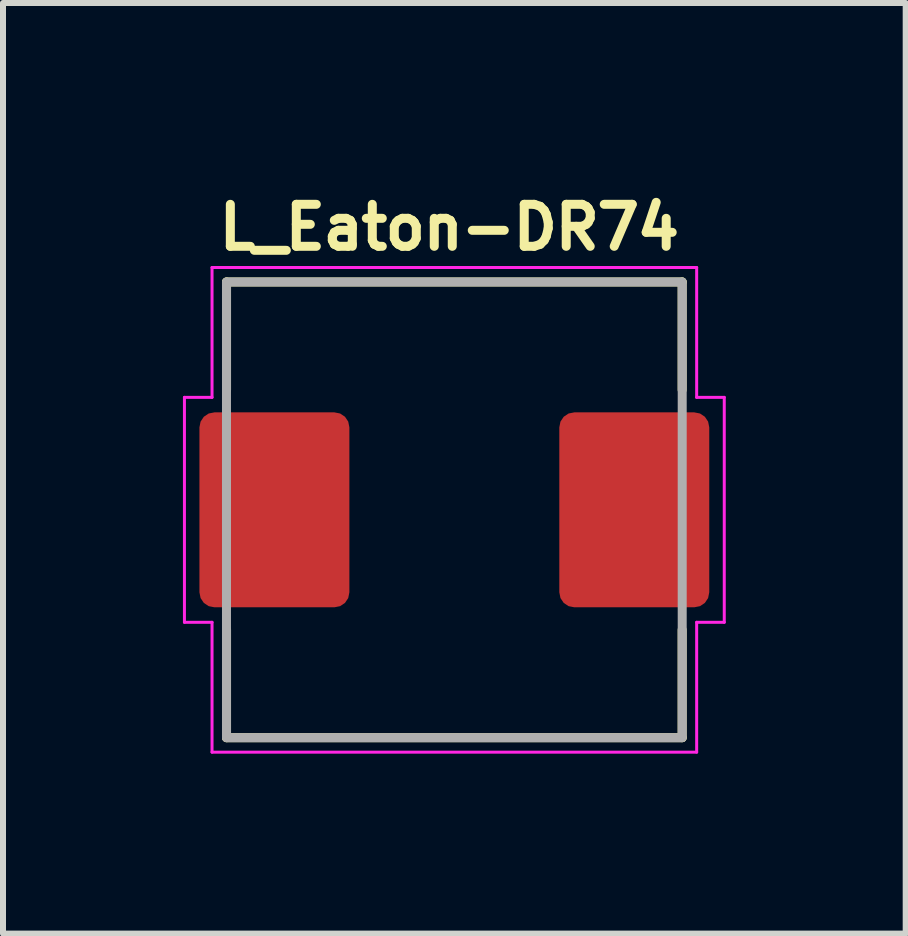
<source format=kicad_pcb>
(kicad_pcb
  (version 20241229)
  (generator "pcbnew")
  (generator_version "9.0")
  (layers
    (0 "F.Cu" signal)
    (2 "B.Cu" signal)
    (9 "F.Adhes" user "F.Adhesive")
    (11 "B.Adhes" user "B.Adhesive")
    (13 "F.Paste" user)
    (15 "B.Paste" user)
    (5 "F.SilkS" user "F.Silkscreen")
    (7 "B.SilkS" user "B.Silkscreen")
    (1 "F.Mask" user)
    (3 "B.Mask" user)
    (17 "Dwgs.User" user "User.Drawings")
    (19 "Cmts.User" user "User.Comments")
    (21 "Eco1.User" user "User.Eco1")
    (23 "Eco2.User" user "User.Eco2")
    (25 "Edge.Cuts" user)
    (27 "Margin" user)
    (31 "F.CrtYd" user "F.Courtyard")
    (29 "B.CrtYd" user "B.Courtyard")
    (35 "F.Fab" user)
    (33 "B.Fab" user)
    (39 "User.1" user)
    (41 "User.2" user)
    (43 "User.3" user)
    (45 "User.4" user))
  (footprint "L_Eaton-DR74"
    (layer "F.Cu")
    (at 4.525 5.45)
    (property "Reference" "L_Eaton-DR74" (at -4 -4.3 0) (layer "F.SilkS") (effects (font (size 0.7 0.7) (thickness 0.15)) (justify left bottom)))
    (attr smd)
    (fp_line (start -3.798 -3.799) (end 3.798 -3.799) (stroke (width 0.15) (type solid)) (layer "F.SilkS"))
    (fp_line (start -3.798 -2) (end -3.798 -3.799) (stroke (width 0.15) (type solid)) (layer "F.SilkS"))
    (fp_line (start -3.798 3.799) (end -3.798 2) (stroke (width 0.15) (type solid)) (layer "F.SilkS"))
    (fp_line (start -3.798 3.799) (end 3.798 3.799) (stroke (width 0.15) (type solid)) (layer "F.SilkS"))
    (fp_line (start 3.798 -2) (end 3.798 -3.799) (stroke (width 0.15) (type solid)) (layer "F.SilkS"))
    (fp_line (start 3.798 3.799) (end 3.798 2) (stroke (width 0.15) (type solid)) (layer "F.SilkS"))
    (fp_line (start -4.5 1.875) (end -4.5 -1.875) (stroke (width 0.05) (type solid)) (layer "F.CrtYd"))
    (fp_line (start -4.04 -4.04) (end -4.04 -1.875) (stroke (width 0.05) (type solid)) (layer "F.CrtYd"))
    (fp_line (start -4.04 -4.04) (end 4.04 -4.04) (stroke (width 0.05) (type solid)) (layer "F.CrtYd"))
    (fp_line (start -4.04 -1.875) (end -4.5 -1.875) (stroke (width 0.05) (type solid)) (layer "F.CrtYd"))
    (fp_line (start -4.04 1.875) (end -4.5 1.875) (stroke (width 0.05) (type solid)) (layer "F.CrtYd"))
    (fp_line (start -4.04 1.875) (end -4.04 4.04) (stroke (width 0.05) (type solid)) (layer "F.CrtYd"))
    (fp_line (start 4.04 -1.875) (end 4.04 -4.04) (stroke (width 0.05) (type solid)) (layer "F.CrtYd"))
    (fp_line (start 4.04 -1.875) (end 4.5 -1.875) (stroke (width 0.05) (type solid)) (layer "F.CrtYd"))
    (fp_line (start 4.04 1.875) (end 4.5 1.875) (stroke (width 0.05) (type solid)) (layer "F.CrtYd"))
    (fp_line (start 4.04 4.04) (end -4.04 4.04) (stroke (width 0.05) (type solid)) (layer "F.CrtYd"))
    (fp_line (start 4.04 4.04) (end 4.04 1.875) (stroke (width 0.05) (type solid)) (layer "F.CrtYd"))
    (fp_line (start 4.5 -1.875) (end 4.5 1.875) (stroke (width 0.05) (type solid)) (layer "F.CrtYd"))
    (fp_rect (start -3.799 -3.799) (end 3.799 3.799) (stroke (width 0.15) (type solid)) (fill no) (layer "F.Fab"))
    (fp_rect (start -3.799 -3.799) (end 3.799 3.799) (stroke (width 0.1) (type solid)) (fill no) (layer "User.5"))
    (fp_line (start -3.799 -3.71) (end -3.798 -3.715) (stroke (width 0.02) (type solid)) (layer "User.9"))
    (fp_line (start -3.799 -3.705) (end -3.799 -3.71) (stroke (width 0.02) (type solid)) (layer "User.9"))
    (fp_line (start -3.799 -3.7) (end -3.799 -3.705) (stroke (width 0.02) (type solid)) (layer "User.9"))
    (fp_line (start -3.799 3.7) (end -3.799 -3.7) (stroke (width 0.02) (type solid)) (layer "User.9"))
    (fp_line (start -3.799 3.705) (end -3.799 3.7) (stroke (width 0.02) (type solid)) (layer "User.9"))
    (fp_line (start -3.799 3.71) (end -3.799 3.705) (stroke (width 0.02) (type solid)) (layer "User.9"))
    (fp_line (start -3.798 -3.715) (end -3.797 -3.72) (stroke (width 0.02) (type solid)) (layer "User.9"))
    (fp_line (start -3.798 3.715) (end -3.799 3.71) (stroke (width 0.02) (type solid)) (layer "User.9"))
    (fp_line (start -3.797 -3.72) (end -3.796 -3.724) (stroke (width 0.02) (type solid)) (layer "User.9"))
    (fp_line (start -3.797 3.72) (end -3.798 3.715) (stroke (width 0.02) (type solid)) (layer "User.9"))
    (fp_line (start -3.796 -3.724) (end -3.795 -3.729) (stroke (width 0.02) (type solid)) (layer "User.9"))
    (fp_line (start -3.796 3.724) (end -3.797 3.72) (stroke (width 0.02) (type solid)) (layer "User.9"))
    (fp_line (start -3.795 -3.729) (end -3.793 -3.734) (stroke (width 0.02) (type solid)) (layer "User.9"))
    (fp_line (start -3.795 3.729) (end -3.796 3.724) (stroke (width 0.02) (type solid)) (layer "User.9"))
    (fp_line (start -3.793 -3.734) (end -3.792 -3.738) (stroke (width 0.02) (type solid)) (layer "User.9"))
    (fp_line (start -3.793 3.734) (end -3.795 3.729) (stroke (width 0.02) (type solid)) (layer "User.9"))
    (fp_line (start -3.792 -3.738) (end -3.79 -3.743) (stroke (width 0.02) (type solid)) (layer "User.9"))
    (fp_line (start -3.792 3.738) (end -3.793 3.734) (stroke (width 0.02) (type solid)) (layer "User.9"))
    (fp_line (start -3.79 -3.743) (end -3.787 -3.747) (stroke (width 0.02) (type solid)) (layer "User.9"))
    (fp_line (start -3.79 3.743) (end -3.792 3.738) (stroke (width 0.02) (type solid)) (layer "User.9"))
    (fp_line (start -3.787 -3.747) (end -3.785 -3.751) (stroke (width 0.02) (type solid)) (layer "User.9"))
    (fp_line (start -3.787 3.747) (end -3.79 3.743) (stroke (width 0.02) (type solid)) (layer "User.9"))
    (fp_line (start -3.785 -3.751) (end -3.782 -3.755) (stroke (width 0.02) (type solid)) (layer "User.9"))
    (fp_line (start -3.785 3.751) (end -3.787 3.747) (stroke (width 0.02) (type solid)) (layer "User.9"))
    (fp_line (start -3.782 -3.755) (end -3.78 -3.759) (stroke (width 0.02) (type solid)) (layer "User.9"))
    (fp_line (start -3.782 3.755) (end -3.785 3.751) (stroke (width 0.02) (type solid)) (layer "User.9"))
    (fp_line (start -3.78 -3.759) (end -3.777 -3.763) (stroke (width 0.02) (type solid)) (layer "User.9"))
    (fp_line (start -3.78 3.759) (end -3.782 3.755) (stroke (width 0.02) (type solid)) (layer "User.9"))
    (fp_line (start -3.777 -3.763) (end -3.774 -3.767) (stroke (width 0.02) (type solid)) (layer "User.9"))
    (fp_line (start -3.777 3.763) (end -3.78 3.759) (stroke (width 0.02) (type solid)) (layer "User.9"))
    (fp_line (start -3.774 -3.767) (end -3.77 -3.77) (stroke (width 0.02) (type solid)) (layer "User.9"))
    (fp_line (start -3.774 3.767) (end -3.777 3.763) (stroke (width 0.02) (type solid)) (layer "User.9"))
    (fp_line (start -3.77 -3.77) (end -3.767 -3.774) (stroke (width 0.02) (type solid)) (layer "User.9"))
    (fp_line (start -3.77 3.77) (end -3.774 3.767) (stroke (width 0.02) (type solid)) (layer "User.9"))
    (fp_line (start -3.767 -3.774) (end -3.763 -3.777) (stroke (width 0.02) (type solid)) (layer "User.9"))
    (fp_line (start -3.767 3.774) (end -3.77 3.77) (stroke (width 0.02) (type solid)) (layer "User.9"))
    (fp_line (start -3.763 -3.777) (end -3.759 -3.78) (stroke (width 0.02) (type solid)) (layer "User.9"))
    (fp_line (start -3.763 3.777) (end -3.767 3.774) (stroke (width 0.02) (type solid)) (layer "User.9"))
    (fp_line (start -3.759 -3.78) (end -3.755 -3.782) (stroke (width 0.02) (type solid)) (layer "User.9"))
    (fp_line (start -3.759 3.78) (end -3.763 3.777) (stroke (width 0.02) (type solid)) (layer "User.9"))
    (fp_line (start -3.755 -3.782) (end -3.751 -3.785) (stroke (width 0.02) (type solid)) (layer "User.9"))
    (fp_line (start -3.755 3.782) (end -3.759 3.78) (stroke (width 0.02) (type solid)) (layer "User.9"))
    (fp_line (start -3.751 -3.785) (end -3.747 -3.787) (stroke (width 0.02) (type solid)) (layer "User.9"))
    (fp_line (start -3.751 3.785) (end -3.755 3.782) (stroke (width 0.02) (type solid)) (layer "User.9"))
    (fp_line (start -3.747 -3.787) (end -3.743 -3.79) (stroke (width 0.02) (type solid)) (layer "User.9"))
    (fp_line (start -3.747 3.787) (end -3.751 3.785) (stroke (width 0.02) (type solid)) (layer "User.9"))
    (fp_line (start -3.743 -3.79) (end -3.738 -3.792) (stroke (width 0.02) (type solid)) (layer "User.9"))
    (fp_line (start -3.743 3.79) (end -3.747 3.787) (stroke (width 0.02) (type solid)) (layer "User.9"))
    (fp_line (start -3.738 -3.792) (end -3.734 -3.793) (stroke (width 0.02) (type solid)) (layer "User.9"))
    (fp_line (start -3.738 3.792) (end -3.743 3.79) (stroke (width 0.02) (type solid)) (layer "User.9"))
    (fp_line (start -3.734 -3.793) (end -3.729 -3.795) (stroke (width 0.02) (type solid)) (layer "User.9"))
    (fp_line (start -3.734 3.793) (end -3.738 3.792) (stroke (width 0.02) (type solid)) (layer "User.9"))
    (fp_line (start -3.729 -3.795) (end -3.724 -3.796) (stroke (width 0.02) (type solid)) (layer "User.9"))
    (fp_line (start -3.729 3.795) (end -3.734 3.793) (stroke (width 0.02) (type solid)) (layer "User.9"))
    (fp_line (start -3.724 -3.796) (end -3.72 -3.797) (stroke (width 0.02) (type solid)) (layer "User.9"))
    (fp_line (start -3.724 3.796) (end -3.729 3.795) (stroke (width 0.02) (type solid)) (layer "User.9"))
    (fp_line (start -3.72 -3.797) (end -3.715 -3.798) (stroke (width 0.02) (type solid)) (layer "User.9"))
    (fp_line (start -3.72 3.797) (end -3.724 3.796) (stroke (width 0.02) (type solid)) (layer "User.9"))
    (fp_line (start -3.715 -3.798) (end -3.71 -3.799) (stroke (width 0.02) (type solid)) (layer "User.9"))
    (fp_line (start -3.715 3.798) (end -3.72 3.797) (stroke (width 0.02) (type solid)) (layer "User.9"))
    (fp_line (start -3.71 -3.799) (end -3.705 -3.799) (stroke (width 0.02) (type solid)) (layer "User.9"))
    (fp_line (start -3.71 3.799) (end -3.715 3.798) (stroke (width 0.02) (type solid)) (layer "User.9"))
    (fp_line (start -3.705 -3.799) (end -3.7 -3.799) (stroke (width 0.02) (type solid)) (layer "User.9"))
    (fp_line (start -3.705 3.799) (end -3.71 3.799) (stroke (width 0.02) (type solid)) (layer "User.9"))
    (fp_line (start -3.7 -3.799) (end 3.7 -3.799) (stroke (width 0.02) (type solid)) (layer "User.9"))
    (fp_line (start -3.7 3.799) (end -3.705 3.799) (stroke (width 0.02) (type solid)) (layer "User.9"))
    (fp_line (start -2.875 -2.038) (end -2.834 -2.038) (stroke (width 0.02) (type solid)) (layer "User.9"))
    (fp_line (start -2.875 -2.038) (end -2.353 -1.516) (stroke (width 0.02) (type solid)) (layer "User.9"))
    (fp_line (start -2.875 2.038) (end -2.834 2.038) (stroke (width 0.02) (type solid)) (layer "User.9"))
    (fp_line (start -2.875 2.038) (end -2.027 2.886) (stroke (width 0.02) (type solid)) (layer "User.9"))
    (fp_line (start -2.834 -2.038) (end -2.834 -2.038) (stroke (width 0.02) (type solid)) (layer "User.9"))
    (fp_line (start -2.834 -2.038) (end -2.734 -2.038) (stroke (width 0.02) (type solid)) (layer "User.9"))
    (fp_line (start -2.834 2.038) (end -2.834 2.038) (stroke (width 0.02) (type solid)) (layer "User.9"))
    (fp_line (start -2.834 2.038) (end -2.734 2.038) (stroke (width 0.02) (type solid)) (layer "User.9"))
    (fp_line (start -2.8 0) (end -2.793 0.197) (stroke (width 0.02) (type solid)) (layer "User.9"))
    (fp_line (start -2.793 -0.197) (end -2.8 0) (stroke (width 0.02) (type solid)) (layer "User.9"))
    (fp_line (start -2.793 0.197) (end -2.772 0.394) (stroke (width 0.02) (type solid)) (layer "User.9"))
    (fp_line (start -2.772 -0.394) (end -2.793 -0.197) (stroke (width 0.02) (type solid)) (layer "User.9"))
    (fp_line (start -2.772 0.394) (end -2.737 0.589) (stroke (width 0.02) (type solid)) (layer "User.9"))
    (fp_line (start -2.737 -0.589) (end -2.772 -0.394) (stroke (width 0.02) (type solid)) (layer "User.9"))
    (fp_line (start -2.737 0.589) (end -2.688 0.782) (stroke (width 0.02) (type solid)) (layer "User.9"))
    (fp_line (start -2.688 -0.782) (end -2.737 -0.589) (stroke (width 0.02) (type solid)) (layer "User.9"))
    (fp_line (start -2.688 0.782) (end -2.625 0.972) (stroke (width 0.02) (type solid)) (layer "User.9"))
    (fp_line (start -2.625 -0.972) (end -2.688 -0.782) (stroke (width 0.02) (type solid)) (layer "User.9"))
    (fp_line (start -2.625 0.972) (end -2.549 1.158) (stroke (width 0.02) (type solid)) (layer "User.9"))
    (fp_line (start -2.549 -1.158) (end -2.625 -0.972) (stroke (width 0.02) (type solid)) (layer "User.9"))
    (fp_line (start -2.549 1.158) (end -2.458 1.34) (stroke (width 0.02) (type solid)) (layer "User.9"))
    (fp_line (start -2.458 -1.34) (end -2.549 -1.158) (stroke (width 0.02) (type solid)) (layer "User.9"))
    (fp_line (start -2.458 1.34) (end -2.353 1.516) (stroke (width 0.02) (type solid)) (layer "User.9"))
    (fp_line (start -2.353 -1.516) (end -2.458 -1.34) (stroke (width 0.02) (type solid)) (layer "User.9"))
    (fp_line (start -2.353 -1.516) (end -2.31 -1.52) (stroke (width 0.02) (type solid)) (layer "User.9"))
    (fp_line (start -2.353 1.516) (end -2.875 2.038) (stroke (width 0.02) (type solid)) (layer "User.9"))
    (fp_line (start -2.353 1.516) (end -2.31 1.52) (stroke (width 0.02) (type solid)) (layer "User.9"))
    (fp_line (start -2.31 -1.52) (end -2.269 -1.524) (stroke (width 0.02) (type solid)) (layer "User.9"))
    (fp_line (start -2.31 1.52) (end -2.269 1.524) (stroke (width 0.02) (type solid)) (layer "User.9"))
    (fp_line (start -2.269 -1.524) (end -2.225 -1.529) (stroke (width 0.02) (type solid)) (layer "User.9"))
    (fp_line (start -2.269 1.524) (end -2.225 1.529) (stroke (width 0.02) (type solid)) (layer "User.9"))
    (fp_line (start -2.027 -2.886) (end -2.875 -2.038) (stroke (width 0.02) (type solid)) (layer "User.9"))
    (fp_line (start -2.027 -2.886) (end -2.027 -2.845) (stroke (width 0.02) (type solid)) (layer "User.9"))
    (fp_line (start -2.027 -2.845) (end -2.027 -2.845) (stroke (width 0.02) (type solid)) (layer "User.9"))
    (fp_line (start -2.027 -2.845) (end -2.027 -2.745) (stroke (width 0.02) (type solid)) (layer "User.9"))
    (fp_line (start -2.027 2.845) (end -2.027 2.745) (stroke (width 0.02) (type solid)) (layer "User.9"))
    (fp_line (start -2.027 2.845) (end -2.027 2.845) (stroke (width 0.02) (type solid)) (layer "User.9"))
    (fp_line (start -2.027 2.886) (end -2.027 2.845) (stroke (width 0.02) (type solid)) (layer "User.9"))
    (fp_line (start -2.027 2.886) (end -1.503 2.362) (stroke (width 0.02) (type solid)) (layer "User.9"))
    (fp_line (start -1.511 -2.278) (end -1.516 -2.234) (stroke (width 0.02) (type solid)) (layer "User.9"))
    (fp_line (start -1.511 2.278) (end -1.516 2.234) (stroke (width 0.02) (type solid)) (layer "User.9"))
    (fp_line (start -1.507 -2.319) (end -1.511 -2.278) (stroke (width 0.02) (type solid)) (layer "User.9"))
    (fp_line (start -1.507 2.319) (end -1.511 2.278) (stroke (width 0.02) (type solid)) (layer "User.9"))
    (fp_line (start -1.503 -2.362) (end -2.027 -2.886) (stroke (width 0.02) (type solid)) (layer "User.9"))
    (fp_line (start -1.503 -2.362) (end -1.507 -2.319) (stroke (width 0.02) (type solid)) (layer "User.9"))
    (fp_line (start -1.503 2.362) (end -1.507 2.319) (stroke (width 0.02) (type solid)) (layer "User.9"))
    (fp_line (start -1.503 2.362) (end -1.417 2.414) (stroke (width 0.02) (type solid)) (layer "User.9"))
    (fp_line (start -1.417 2.414) (end -1.331 2.463) (stroke (width 0.02) (type solid)) (layer "User.9"))
    (fp_line (start -1.331 2.463) (end -1.243 2.508) (stroke (width 0.02) (type solid)) (layer "User.9"))
    (fp_line (start -1.328 -2.464) (end -1.503 -2.362) (stroke (width 0.02) (type solid)) (layer "User.9"))
    (fp_line (start -1.243 2.508) (end -1.153 2.551) (stroke (width 0.02) (type solid)) (layer "User.9"))
    (fp_line (start -1.153 2.551) (end -1.062 2.59) (stroke (width 0.02) (type solid)) (layer "User.9"))
    (fp_line (start -1.148 -2.553) (end -1.328 -2.464) (stroke (width 0.02) (type solid)) (layer "User.9"))
    (fp_line (start -1.062 2.59) (end -0.97 2.626) (stroke (width 0.02) (type solid)) (layer "User.9"))
    (fp_line (start -0.97 2.626) (end -0.877 2.659) (stroke (width 0.02) (type solid)) (layer "User.9"))
    (fp_line (start -0.963 -2.629) (end -1.148 -2.553) (stroke (width 0.02) (type solid)) (layer "User.9"))
    (fp_line (start -0.877 2.659) (end -0.782 2.688) (stroke (width 0.02) (type solid)) (layer "User.9"))
    (fp_line (start -0.782 2.688) (end -0.687 2.714) (stroke (width 0.02) (type solid)) (layer "User.9"))
    (fp_line (start -0.775 -2.69) (end -0.963 -2.629) (stroke (width 0.02) (type solid)) (layer "User.9"))
    (fp_line (start -0.687 2.714) (end -0.591 2.736) (stroke (width 0.02) (type solid)) (layer "User.9"))
    (fp_line (start -0.591 2.736) (end -0.494 2.756) (stroke (width 0.02) (type solid)) (layer "User.9"))
    (fp_line (start -0.584 -2.738) (end -0.775 -2.69) (stroke (width 0.02) (type solid)) (layer "User.9"))
    (fp_line (start -0.494 2.756) (end -0.396 2.771) (stroke (width 0.02) (type solid)) (layer "User.9"))
    (fp_line (start -0.396 2.771) (end -0.297 2.784) (stroke (width 0.02) (type solid)) (layer "User.9"))
    (fp_line (start -0.39 -2.772) (end -0.584 -2.738) (stroke (width 0.02) (type solid)) (layer "User.9"))
    (fp_line (start -0.297 2.784) (end -0.199 2.792) (stroke (width 0.02) (type solid)) (layer "User.9"))
    (fp_line (start -0.199 2.792) (end -0.099 2.798) (stroke (width 0.02) (type solid)) (layer "User.9"))
    (fp_line (start -0.195 -2.793) (end -0.39 -2.772) (stroke (width 0.02) (type solid)) (layer "User.9"))
    (fp_line (start -0.099 2.798) (end 0 2.799) (stroke (width 0.02) (type solid)) (layer "User.9"))
    (fp_line (start 0 -2.799) (end -0.195 -2.793) (stroke (width 0.02) (type solid)) (layer "User.9"))
    (fp_line (start 0 2.799) (end 0.099 2.798) (stroke (width 0.02) (type solid)) (layer "User.9"))
    (fp_line (start 0.099 2.798) (end 0.199 2.792) (stroke (width 0.02) (type solid)) (layer "User.9"))
    (fp_line (start 0.195 -2.793) (end 0 -2.799) (stroke (width 0.02) (type solid)) (layer "User.9"))
    (fp_line (start 0.199 2.792) (end 0.297 2.784) (stroke (width 0.02) (type solid)) (layer "User.9"))
    (fp_line (start 0.297 2.784) (end 0.396 2.771) (stroke (width 0.02) (type solid)) (layer "User.9"))
    (fp_line (start 0.39 -2.772) (end 0.195 -2.793) (stroke (width 0.02) (type solid)) (layer "User.9"))
    (fp_line (start 0.396 2.771) (end 0.494 2.756) (stroke (width 0.02) (type solid)) (layer "User.9"))
    (fp_line (start 0.494 2.756) (end 0.591 2.736) (stroke (width 0.02) (type solid)) (layer "User.9"))
    (fp_line (start 0.584 -2.738) (end 0.39 -2.772) (stroke (width 0.02) (type solid)) (layer "User.9"))
    (fp_line (start 0.591 2.736) (end 0.687 2.714) (stroke (width 0.02) (type solid)) (layer "User.9"))
    (fp_line (start 0.687 2.714) (end 0.782 2.688) (stroke (width 0.02) (type solid)) (layer "User.9"))
    (fp_line (start 0.775 -2.69) (end 0.584 -2.738) (stroke (width 0.02) (type solid)) (layer "User.9"))
    (fp_line (start 0.782 2.688) (end 0.877 2.659) (stroke (width 0.02) (type solid)) (layer "User.9"))
    (fp_line (start 0.877 2.659) (end 0.97 2.626) (stroke (width 0.02) (type solid)) (layer "User.9"))
    (fp_line (start 0.963 -2.629) (end 0.775 -2.69) (stroke (width 0.02) (type solid)) (layer "User.9"))
    (fp_line (start 0.97 2.626) (end 1.062 2.59) (stroke (width 0.02) (type solid)) (layer "User.9"))
    (fp_line (start 1.062 2.59) (end 1.153 2.551) (stroke (width 0.02) (type solid)) (layer "User.9"))
    (fp_line (start 1.148 -2.553) (end 0.963 -2.629) (stroke (width 0.02) (type solid)) (layer "User.9"))
    (fp_line (start 1.153 2.551) (end 1.243 2.508) (stroke (width 0.02) (type solid)) (layer "User.9"))
    (fp_line (start 1.243 2.508) (end 1.331 2.463) (stroke (width 0.02) (type solid)) (layer "User.9"))
    (fp_line (start 1.328 -2.464) (end 1.148 -2.553) (stroke (width 0.02) (type solid)) (layer "User.9"))
    (fp_line (start 1.331 2.463) (end 1.417 2.414) (stroke (width 0.02) (type solid)) (layer "User.9"))
    (fp_line (start 1.417 2.414) (end 1.503 2.362) (stroke (width 0.02) (type solid)) (layer "User.9"))
    (fp_line (start 1.503 -2.362) (end 1.328 -2.464) (stroke (width 0.02) (type solid)) (layer "User.9"))
    (fp_line (start 1.503 2.362) (end 2.027 2.886) (stroke (width 0.02) (type solid)) (layer "User.9"))
    (fp_line (start 1.507 -2.319) (end 1.503 -2.362) (stroke (width 0.02) (type solid)) (layer "User.9"))
    (fp_line (start 1.507 2.319) (end 1.503 2.362) (stroke (width 0.02) (type solid)) (layer "User.9"))
    (fp_line (start 1.516 -2.234) (end 1.507 -2.319) (stroke (width 0.02) (type solid)) (layer "User.9"))
    (fp_line (start 1.516 2.234) (end 1.507 2.319) (stroke (width 0.02) (type solid)) (layer "User.9"))
    (fp_line (start 2.027 -2.886) (end 1.503 -2.362) (stroke (width 0.02) (type solid)) (layer "User.9"))
    (fp_line (start 2.027 -2.845) (end 2.027 -2.886) (stroke (width 0.02) (type solid)) (layer "User.9"))
    (fp_line (start 2.027 -2.845) (end 2.027 -2.845) (stroke (width 0.02) (type solid)) (layer "User.9"))
    (fp_line (start 2.027 -2.745) (end 2.027 -2.845) (stroke (width 0.02) (type solid)) (layer "User.9"))
    (fp_line (start 2.027 2.745) (end 2.027 2.845) (stroke (width 0.02) (type solid)) (layer "User.9"))
    (fp_line (start 2.027 2.845) (end 2.027 2.845) (stroke (width 0.02) (type solid)) (layer "User.9"))
    (fp_line (start 2.027 2.845) (end 2.027 2.886) (stroke (width 0.02) (type solid)) (layer "User.9"))
    (fp_line (start 2.027 2.886) (end 2.875 2.038) (stroke (width 0.02) (type solid)) (layer "User.9"))
    (fp_line (start 2.225 -1.529) (end 2.31 -1.52) (stroke (width 0.02) (type solid)) (layer "User.9"))
    (fp_line (start 2.225 1.529) (end 2.31 1.52) (stroke (width 0.02) (type solid)) (layer "User.9"))
    (fp_line (start 2.31 -1.52) (end 2.353 -1.516) (stroke (width 0.02) (type solid)) (layer "User.9"))
    (fp_line (start 2.31 1.52) (end 2.353 1.516) (stroke (width 0.02) (type solid)) (layer "User.9"))
    (fp_line (start 2.353 -1.516) (end 2.875 -2.038) (stroke (width 0.02) (type solid)) (layer "User.9"))
    (fp_line (start 2.353 1.516) (end 2.458 1.34) (stroke (width 0.02) (type solid)) (layer "User.9"))
    (fp_line (start 2.458 -1.34) (end 2.353 -1.516) (stroke (width 0.02) (type solid)) (layer "User.9"))
    (fp_line (start 2.458 1.34) (end 2.549 1.158) (stroke (width 0.02) (type solid)) (layer "User.9"))
    (fp_line (start 2.549 -1.158) (end 2.458 -1.34) (stroke (width 0.02) (type solid)) (layer "User.9"))
    (fp_line (start 2.549 1.158) (end 2.625 0.972) (stroke (width 0.02) (type solid)) (layer "User.9"))
    (fp_line (start 2.625 -0.972) (end 2.549 -1.158) (stroke (width 0.02) (type solid)) (layer "User.9"))
    (fp_line (start 2.625 0.972) (end 2.688 0.782) (stroke (width 0.02) (type solid)) (layer "User.9"))
    (fp_line (start 2.688 -0.782) (end 2.625 -0.972) (stroke (width 0.02) (type solid)) (layer "User.9"))
    (fp_line (start 2.688 0.782) (end 2.737 0.589) (stroke (width 0.02) (type solid)) (layer "User.9"))
    (fp_line (start 2.734 -2.038) (end 2.834 -2.038) (stroke (width 0.02) (type solid)) (layer "User.9"))
    (fp_line (start 2.734 2.038) (end 2.834 2.038) (stroke (width 0.02) (type solid)) (layer "User.9"))
    (fp_line (start 2.737 -0.589) (end 2.688 -0.782) (stroke (width 0.02) (type solid)) (layer "User.9"))
    (fp_line (start 2.737 0.589) (end 2.772 0.394) (stroke (width 0.02) (type solid)) (layer "User.9"))
    (fp_line (start 2.772 -0.394) (end 2.737 -0.589) (stroke (width 0.02) (type solid)) (layer "User.9"))
    (fp_line (start 2.772 0.394) (end 2.793 0.197) (stroke (width 0.02) (type solid)) (layer "User.9"))
    (fp_line (start 2.793 -0.197) (end 2.772 -0.394) (stroke (width 0.02) (type solid)) (layer "User.9"))
    (fp_line (start 2.793 0.197) (end 2.8 0) (stroke (width 0.02) (type solid)) (layer "User.9"))
    (fp_line (start 2.8 0) (end 2.793 -0.197) (stroke (width 0.02) (type solid)) (layer "User.9"))
    (fp_line (start 2.834 -2.038) (end 2.834 -2.038) (stroke (width 0.02) (type solid)) (layer "User.9"))
    (fp_line (start 2.834 -2.038) (end 2.875 -2.038) (stroke (width 0.02) (type solid)) (layer "User.9"))
    (fp_line (start 2.834 2.038) (end 2.834 2.038) (stroke (width 0.02) (type solid)) (layer "User.9"))
    (fp_line (start 2.834 2.038) (end 2.875 2.038) (stroke (width 0.02) (type solid)) (layer "User.9"))
    (fp_line (start 2.875 -2.038) (end 2.027 -2.886) (stroke (width 0.02) (type solid)) (layer "User.9"))
    (fp_line (start 2.875 2.038) (end 2.353 1.516) (stroke (width 0.02) (type solid)) (layer "User.9"))
    (fp_line (start 3.7 -3.799) (end 3.705 -3.799) (stroke (width 0.02) (type solid)) (layer "User.9"))
    (fp_line (start 3.7 3.799) (end -3.7 3.799) (stroke (width 0.02) (type solid)) (layer "User.9"))
    (fp_line (start 3.705 -3.799) (end 3.71 -3.799) (stroke (width 0.02) (type solid)) (layer "User.9"))
    (fp_line (start 3.705 3.799) (end 3.7 3.799) (stroke (width 0.02) (type solid)) (layer "User.9"))
    (fp_line (start 3.71 -3.799) (end 3.715 -3.798) (stroke (width 0.02) (type solid)) (layer "User.9"))
    (fp_line (start 3.71 3.799) (end 3.705 3.799) (stroke (width 0.02) (type solid)) (layer "User.9"))
    (fp_line (start 3.715 -3.798) (end 3.72 -3.797) (stroke (width 0.02) (type solid)) (layer "User.9"))
    (fp_line (start 3.715 3.798) (end 3.71 3.799) (stroke (width 0.02) (type solid)) (layer "User.9"))
    (fp_line (start 3.72 -3.797) (end 3.724 -3.796) (stroke (width 0.02) (type solid)) (layer "User.9"))
    (fp_line (start 3.72 3.797) (end 3.715 3.798) (stroke (width 0.02) (type solid)) (layer "User.9"))
    (fp_line (start 3.724 -3.796) (end 3.729 -3.795) (stroke (width 0.02) (type solid)) (layer "User.9"))
    (fp_line (start 3.724 3.796) (end 3.72 3.797) (stroke (width 0.02) (type solid)) (layer "User.9"))
    (fp_line (start 3.729 -3.795) (end 3.734 -3.793) (stroke (width 0.02) (type solid)) (layer "User.9"))
    (fp_line (start 3.729 3.795) (end 3.724 3.796) (stroke (width 0.02) (type solid)) (layer "User.9"))
    (fp_line (start 3.734 -3.793) (end 3.738 -3.792) (stroke (width 0.02) (type solid)) (layer "User.9"))
    (fp_line (start 3.734 3.793) (end 3.729 3.795) (stroke (width 0.02) (type solid)) (layer "User.9"))
    (fp_line (start 3.738 -3.792) (end 3.743 -3.79) (stroke (width 0.02) (type solid)) (layer "User.9"))
    (fp_line (start 3.738 3.792) (end 3.734 3.793) (stroke (width 0.02) (type solid)) (layer "User.9"))
    (fp_line (start 3.743 -3.79) (end 3.747 -3.787) (stroke (width 0.02) (type solid)) (layer "User.9"))
    (fp_line (start 3.743 3.79) (end 3.738 3.792) (stroke (width 0.02) (type solid)) (layer "User.9"))
    (fp_line (start 3.747 -3.787) (end 3.751 -3.785) (stroke (width 0.02) (type solid)) (layer "User.9"))
    (fp_line (start 3.747 3.787) (end 3.743 3.79) (stroke (width 0.02) (type solid)) (layer "User.9"))
    (fp_line (start 3.751 -3.785) (end 3.755 -3.782) (stroke (width 0.02) (type solid)) (layer "User.9"))
    (fp_line (start 3.751 3.785) (end 3.747 3.787) (stroke (width 0.02) (type solid)) (layer "User.9"))
    (fp_line (start 3.755 -3.782) (end 3.759 -3.78) (stroke (width 0.02) (type solid)) (layer "User.9"))
    (fp_line (start 3.755 3.782) (end 3.751 3.785) (stroke (width 0.02) (type solid)) (layer "User.9"))
    (fp_line (start 3.759 -3.78) (end 3.763 -3.777) (stroke (width 0.02) (type solid)) (layer "User.9"))
    (fp_line (start 3.759 3.78) (end 3.755 3.782) (stroke (width 0.02) (type solid)) (layer "User.9"))
    (fp_line (start 3.763 -3.777) (end 3.767 -3.774) (stroke (width 0.02) (type solid)) (layer "User.9"))
    (fp_line (start 3.763 3.777) (end 3.759 3.78) (stroke (width 0.02) (type solid)) (layer "User.9"))
    (fp_line (start 3.767 -3.774) (end 3.77 -3.77) (stroke (width 0.02) (type solid)) (layer "User.9"))
    (fp_line (start 3.767 3.774) (end 3.763 3.777) (stroke (width 0.02) (type solid)) (layer "User.9"))
    (fp_line (start 3.77 -3.77) (end 3.774 -3.767) (stroke (width 0.02) (type solid)) (layer "User.9"))
    (fp_line (start 3.77 3.77) (end 3.767 3.774) (stroke (width 0.02) (type solid)) (layer "User.9"))
    (fp_line (start 3.774 -3.767) (end 3.777 -3.763) (stroke (width 0.02) (type solid)) (layer "User.9"))
    (fp_line (start 3.774 3.767) (end 3.77 3.77) (stroke (width 0.02) (type solid)) (layer "User.9"))
    (fp_line (start 3.777 -3.763) (end 3.78 -3.759) (stroke (width 0.02) (type solid)) (layer "User.9"))
    (fp_line (start 3.777 3.763) (end 3.774 3.767) (stroke (width 0.02) (type solid)) (layer "User.9"))
    (fp_line (start 3.78 -3.759) (end 3.782 -3.755) (stroke (width 0.02) (type solid)) (layer "User.9"))
    (fp_line (start 3.78 3.759) (end 3.777 3.763) (stroke (width 0.02) (type solid)) (layer "User.9"))
    (fp_line (start 3.782 -3.755) (end 3.785 -3.751) (stroke (width 0.02) (type solid)) (layer "User.9"))
    (fp_line (start 3.782 3.755) (end 3.78 3.759) (stroke (width 0.02) (type solid)) (layer "User.9"))
    (fp_line (start 3.785 -3.751) (end 3.787 -3.747) (stroke (width 0.02) (type solid)) (layer "User.9"))
    (fp_line (start 3.785 3.751) (end 3.782 3.755) (stroke (width 0.02) (type solid)) (layer "User.9"))
    (fp_line (start 3.787 -3.747) (end 3.79 -3.743) (stroke (width 0.02) (type solid)) (layer "User.9"))
    (fp_line (start 3.787 3.747) (end 3.785 3.751) (stroke (width 0.02) (type solid)) (layer "User.9"))
    (fp_line (start 3.79 -3.743) (end 3.792 -3.738) (stroke (width 0.02) (type solid)) (layer "User.9"))
    (fp_line (start 3.79 3.743) (end 3.787 3.747) (stroke (width 0.02) (type solid)) (layer "User.9"))
    (fp_line (start 3.792 -3.738) (end 3.793 -3.734) (stroke (width 0.02) (type solid)) (layer "User.9"))
    (fp_line (start 3.792 3.738) (end 3.79 3.743) (stroke (width 0.02) (type solid)) (layer "User.9"))
    (fp_line (start 3.793 -3.734) (end 3.795 -3.729) (stroke (width 0.02) (type solid)) (layer "User.9"))
    (fp_line (start 3.793 3.734) (end 3.792 3.738) (stroke (width 0.02) (type solid)) (layer "User.9"))
    (fp_line (start 3.795 -3.729) (end 3.796 -3.724) (stroke (width 0.02) (type solid)) (layer "User.9"))
    (fp_line (start 3.795 3.729) (end 3.793 3.734) (stroke (width 0.02) (type solid)) (layer "User.9"))
    (fp_line (start 3.796 -3.724) (end 3.797 -3.72) (stroke (width 0.02) (type solid)) (layer "User.9"))
    (fp_line (start 3.796 3.724) (end 3.795 3.729) (stroke (width 0.02) (type solid)) (layer "User.9"))
    (fp_line (start 3.797 -3.72) (end 3.798 -3.715) (stroke (width 0.02) (type solid)) (layer "User.9"))
    (fp_line (start 3.797 3.72) (end 3.796 3.724) (stroke (width 0.02) (type solid)) (layer "User.9"))
    (fp_line (start 3.798 -3.715) (end 3.799 -3.71) (stroke (width 0.02) (type solid)) (layer "User.9"))
    (fp_line (start 3.798 3.715) (end 3.797 3.72) (stroke (width 0.02) (type solid)) (layer "User.9"))
    (fp_line (start 3.799 -3.71) (end 3.799 -3.705) (stroke (width 0.02) (type solid)) (layer "User.9"))
    (fp_line (start 3.799 -3.705) (end 3.799 -3.7) (stroke (width 0.02) (type solid)) (layer "User.9"))
    (fp_line (start 3.799 -3.7) (end 3.799 3.7) (stroke (width 0.02) (type solid)) (layer "User.9"))
    (fp_line (start 3.799 3.7) (end 3.799 3.705) (stroke (width 0.02) (type solid)) (layer "User.9"))
    (fp_line (start 3.799 3.705) (end 3.799 3.71) (stroke (width 0.02) (type solid)) (layer "User.9"))
    (fp_line (start 3.799 3.71) (end 3.798 3.715) (stroke (width 0.02) (type solid)) (layer "User.9"))
    (pad "1" smd roundrect (at -3 0) (size 2.5 3.25) (layers "F.Cu" "F.Mask" "F.Paste") (roundrect_rratio 0.1))
    (pad "2" smd roundrect (at 3 0) (size 2.5 3.25) (layers "F.Cu" "F.Mask" "F.Paste") (roundrect_rratio 0.1)))
  (gr_rect
    (start -3 -3)
    (end 12.05 12.515)
    (stroke (width 0.1) (type default))
    (fill no)
    (layer "Edge.Cuts")))
</source>
